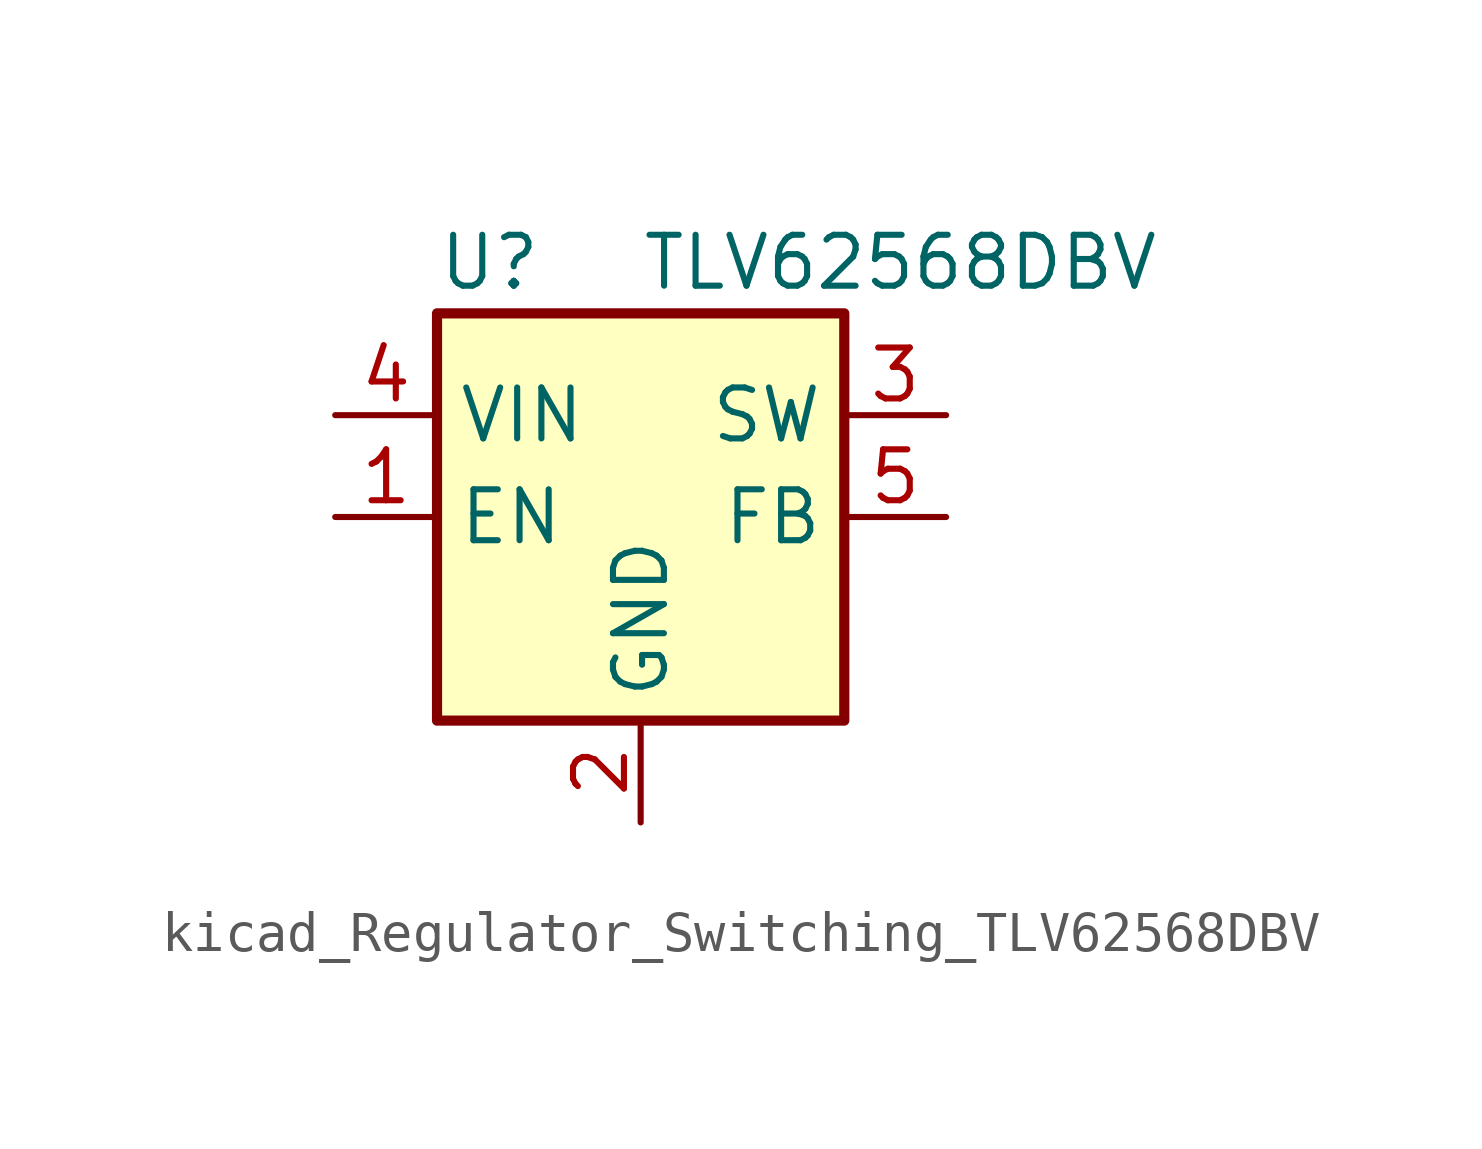
<source format=kicad_sym>
(kicad_symbol_lib
  (version 20220914)
  (generator kicad_symbol_editor)
  (symbol "kicad_Regulator_Switching_TLV62568DBV"
    (property "Reference" "U"
      (at -5.08 6.35 0)
      (effects (font (size 1.27 1.27)) (justify left)))
    (property "Value" "TLV62568DBV"
      (at 0 6.35 0)
      (effects (font (size 1.27 1.27)) (justify left)))
    (symbol "kicad_Regulator_Switching_TLV62568DBV_0_1"
      (rectangle (start -5.08 5.08) (end 5.08 -5.08) (stroke (width 0.254) (type default)) (fill (type background))))
    (symbol "kicad_Regulator_Switching_TLV62568DBV_1_1"
      (pin input line (at -7.62 0 0) (length 2.54) (name "EN" (effects (font (size 1.27 1.27)))) (number "1" (effects (font (size 1.27 1.27)))))
      (pin power_in line (at 0 -7.62 90) (length 2.54) (name "GND" (effects (font (size 1.27 1.27)))) (number "2" (effects (font (size 1.27 1.27)))))
      (pin power_out line (at 7.62 2.54 180) (length 2.54) (name "SW" (effects (font (size 1.27 1.27)))) (number "3" (effects (font (size 1.27 1.27)))))
      (pin power_in line (at -7.62 2.54 0) (length 2.54) (name "VIN" (effects (font (size 1.27 1.27)))) (number "4" (effects (font (size 1.27 1.27)))))
      (pin input line (at 7.62 0 180) (length 2.54) (name "FB" (effects (font (size 1.27 1.27)))) (number "5" (effects (font (size 1.27 1.27))))))))
</source>
